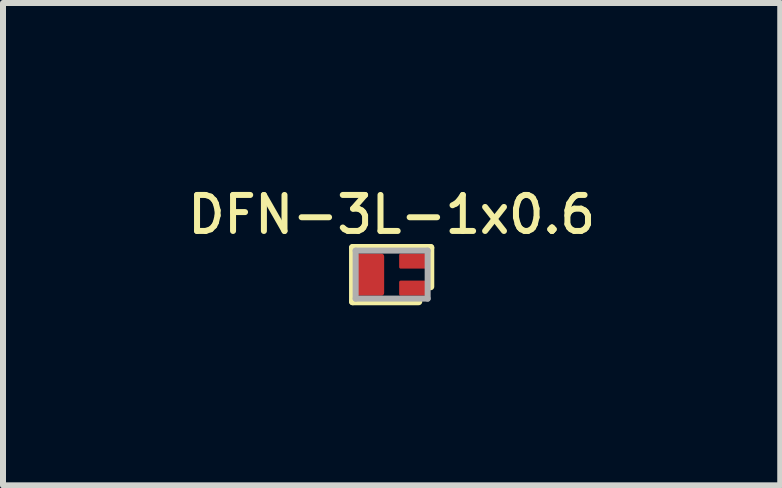
<source format=kicad_pcb>
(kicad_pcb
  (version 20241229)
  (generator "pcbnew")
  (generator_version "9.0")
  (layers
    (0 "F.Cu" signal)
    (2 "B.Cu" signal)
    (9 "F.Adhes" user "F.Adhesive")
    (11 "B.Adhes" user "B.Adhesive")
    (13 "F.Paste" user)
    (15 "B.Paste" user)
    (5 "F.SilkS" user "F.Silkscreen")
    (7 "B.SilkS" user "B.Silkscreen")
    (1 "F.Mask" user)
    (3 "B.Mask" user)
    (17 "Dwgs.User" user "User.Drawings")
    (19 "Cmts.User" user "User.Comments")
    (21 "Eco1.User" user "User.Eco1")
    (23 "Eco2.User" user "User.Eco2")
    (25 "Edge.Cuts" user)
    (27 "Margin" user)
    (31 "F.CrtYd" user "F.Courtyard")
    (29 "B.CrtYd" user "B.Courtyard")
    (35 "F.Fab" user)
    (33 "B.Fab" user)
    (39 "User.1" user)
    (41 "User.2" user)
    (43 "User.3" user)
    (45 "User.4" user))
  (footprint "DFN-3L-1x0.6"
    (layer "F.Cu")
    (at 3.476 1.526)
    (property "Reference" "DFN-3L-1x0.6" (at 0 -1 0) (unlocked yes) (layer "F.SilkS") (effects (font (size 0.6 0.6) (thickness 0.1))))
    (attr smd)
    (fp_line (start -0.65 -0.45) (end 0.65 -0.45) (stroke (width 0.12) (type solid)) (layer "F.SilkS"))
    (fp_line (start -0.65 0.45) (end -0.65 -0.45) (stroke (width 0.12) (type solid)) (layer "F.SilkS"))
    (fp_line (start 0.45 0.45) (end -0.65 0.45) (stroke (width 0.12) (type solid)) (layer "F.SilkS"))
    (fp_line (start 0.65 -0.45) (end 0.65 0.2) (stroke (width 0.12) (type solid)) (layer "F.SilkS"))
    (fp_line (start -0.6 -0.4) (end 0.6 -0.4) (stroke (width 0.1) (type solid)) (layer "F.Fab"))
    (fp_line (start -0.6 0.4) (end -0.6 -0.4) (stroke (width 0.1) (type solid)) (layer "F.Fab"))
    (fp_line (start 0.6 -0.4) (end 0.6 0.4) (stroke (width 0.1) (type solid)) (layer "F.Fab"))
    (fp_line (start 0.6 0.4) (end -0.6 0.4) (stroke (width 0.1) (type solid)) (layer "F.Fab"))
    (pad "1" smd roundrect (at 0.35 0.225) (size 0.45 0.25) (layers "F.Cu" "F.Mask" "F.Paste") (roundrect_rratio 0.1))
    (pad "2" smd roundrect (at 0.35 -0.225) (size 0.45 0.25) (layers "F.Cu" "F.Mask" "F.Paste") (roundrect_rratio 0.1))
    (pad "3" smd roundrect (at -0.35 0) (size 0.45 0.7) (layers "F.Cu" "F.Mask" "F.Paste") (roundrect_rratio 0.1)))
  (gr_rect
    (start -3 -3)
    (end 9.951 5.037)
    (stroke (width 0.1) (type default))
    (fill no)
    (layer "Edge.Cuts")))
</source>
